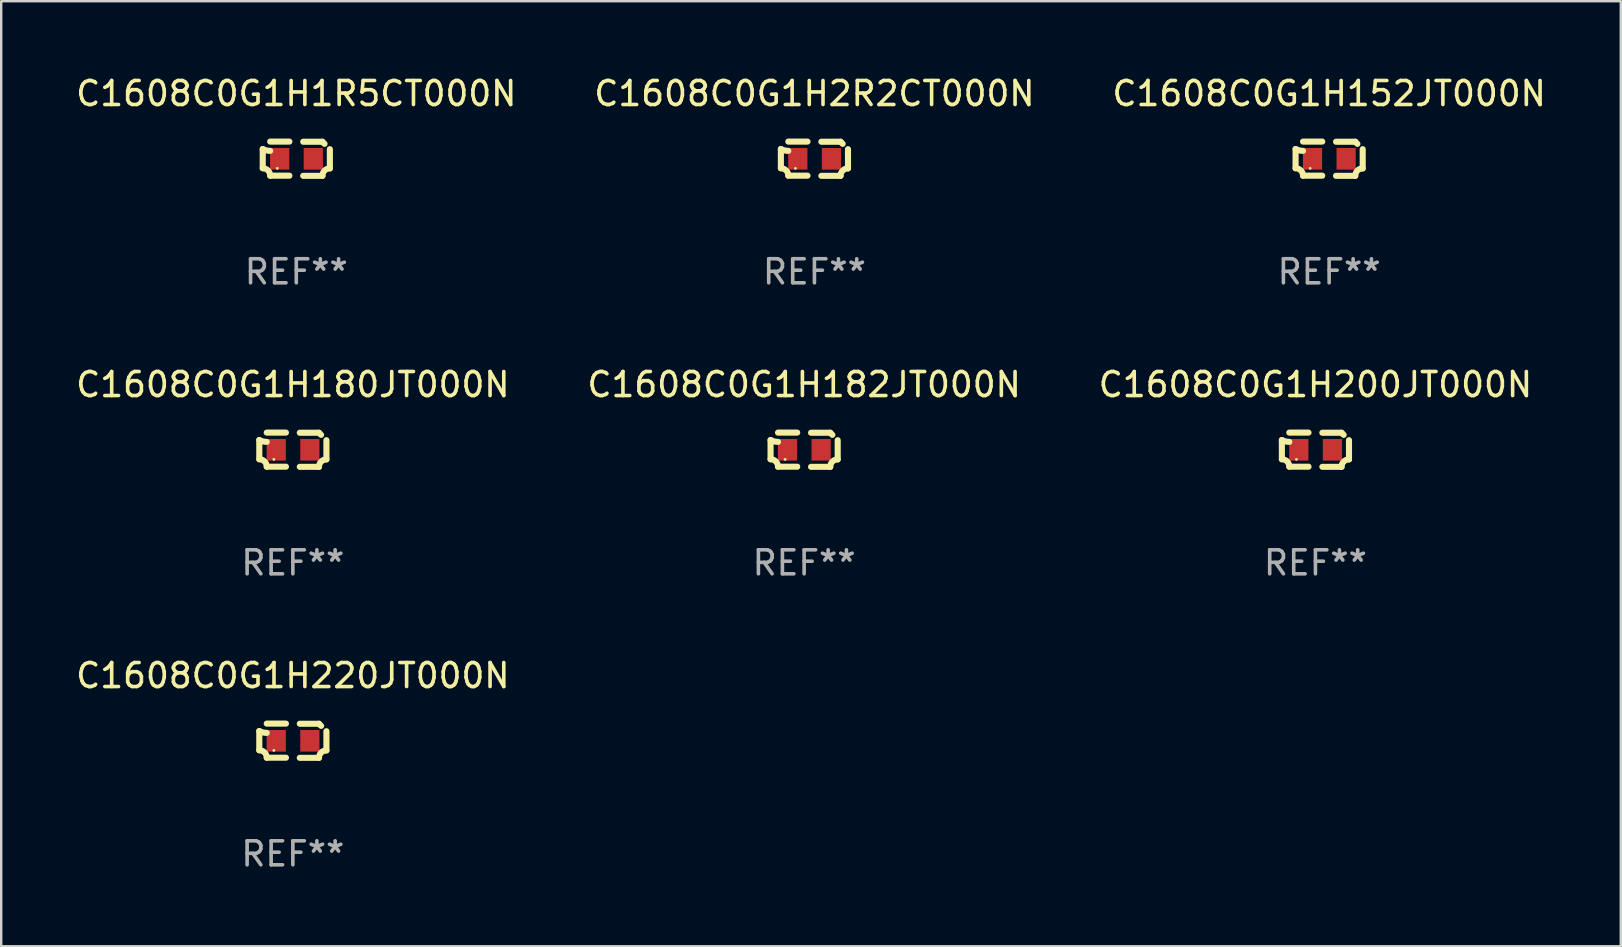
<source format=kicad_pcb>
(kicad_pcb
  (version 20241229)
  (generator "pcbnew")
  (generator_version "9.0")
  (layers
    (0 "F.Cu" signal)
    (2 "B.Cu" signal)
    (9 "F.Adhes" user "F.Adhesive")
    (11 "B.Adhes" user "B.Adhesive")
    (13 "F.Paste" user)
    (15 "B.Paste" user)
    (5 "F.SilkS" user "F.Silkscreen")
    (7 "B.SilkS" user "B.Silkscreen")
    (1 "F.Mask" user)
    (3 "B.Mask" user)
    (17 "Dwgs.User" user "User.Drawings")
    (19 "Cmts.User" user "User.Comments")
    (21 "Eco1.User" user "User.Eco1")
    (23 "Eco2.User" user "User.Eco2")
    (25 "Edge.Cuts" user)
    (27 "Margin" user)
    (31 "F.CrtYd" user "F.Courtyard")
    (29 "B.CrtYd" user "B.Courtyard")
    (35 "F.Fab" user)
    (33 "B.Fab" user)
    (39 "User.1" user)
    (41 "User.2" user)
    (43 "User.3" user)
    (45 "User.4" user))
  (footprint "C1608C0G1H2R2CT000N"
    (layer "F.Cu")
    (at 30.875 3.561)
    (property "Reference" "C1608C0G1H2R2CT000N" (at 0 -2.713 0) (layer "F.SilkS") (effects (font (size 1 1) (thickness 0.15))))
    (attr through_hole)
    (fp_line (start -1.398 -0.403) (end -1.398 0.397) (stroke (width 0.254) (type solid)) (layer "F.SilkS"))
    (fp_line (start -0.288 -0.713) (end -1.088 -0.713) (stroke (width 0.254) (type solid)) (layer "F.SilkS"))
    (fp_line (start -0.288 0.707) (end -1.088 0.707) (stroke (width 0.254) (type solid)) (layer "F.SilkS"))
    (fp_line (start 0.288 -0.707) (end 1.088 -0.707) (stroke (width 0.254) (type solid)) (layer "F.SilkS"))
    (fp_line (start 0.288 0.713) (end 1.088 0.713) (stroke (width 0.254) (type solid)) (layer "F.SilkS"))
    (fp_line (start 1.398 -0.397) (end 1.398 0.403) (stroke (width 0.254) (type solid)) (layer "F.SilkS"))
    (fp_arc (start -1.397789 0.397066) (mid -1.178701 0.487826) (end -1.08796 0.706922) (stroke (width 0.254001) (type solid)) (layer "F.SilkS"))
    (fp_arc (start -1.08796 -0.327176) (mid -1.247436 -0.346384) (end -1.39779 -0.402908) (stroke (width 0.254001) (type solid)) (layer "F.SilkS"))
    (fp_arc (start 1.087909 0.712738) (mid 1.178656 0.493655) (end 1.397739 0.402908) (stroke (width 0.254001) (type solid)) (layer "F.SilkS"))
    (fp_arc (start 1.175925 -0.618926) (mid 1.131917 -0.662923) (end 1.08791 -0.706922) (stroke (width 0.254001) (type solid)) (layer "F.SilkS"))
    (fp_circle (center -0.792 0.403) (end -0.762 0.403) (stroke (width 0.06) (type solid)) (fill no) (layer "F.SilkS"))
    (fp_text user "REF**" (at 0 4.713 0) (layer "F.Fab") (effects (font (size 1 1) (thickness 0.15))))
    (pad "1" smd rect (at -0.692 0.003) (size 0.8 0.9) (layers "F.Cu" "F.Mask" "F.Paste"))
    (pad "2" smd rect (at 0.708 0.003) (size 0.8 0.9) (layers "F.Cu" "F.Mask" "F.Paste")))
  (footprint "C1608C0G1H220JT000N"
    (layer "F.Cu")
    (at 9.149 27.805)
    (property "Reference" "C1608C0G1H220JT000N" (at 0 -2.713 0) (layer "F.SilkS") (effects (font (size 1 1) (thickness 0.15))))
    (attr through_hole)
    (fp_line (start -1.398 -0.403) (end -1.398 0.397) (stroke (width 0.254) (type solid)) (layer "F.SilkS"))
    (fp_line (start -0.288 -0.713) (end -1.088 -0.713) (stroke (width 0.254) (type solid)) (layer "F.SilkS"))
    (fp_line (start -0.288 0.707) (end -1.088 0.707) (stroke (width 0.254) (type solid)) (layer "F.SilkS"))
    (fp_line (start 0.288 -0.707) (end 1.088 -0.707) (stroke (width 0.254) (type solid)) (layer "F.SilkS"))
    (fp_line (start 0.288 0.713) (end 1.088 0.713) (stroke (width 0.254) (type solid)) (layer "F.SilkS"))
    (fp_line (start 1.398 -0.397) (end 1.398 0.403) (stroke (width 0.254) (type solid)) (layer "F.SilkS"))
    (fp_arc (start -1.397789 0.397066) (mid -1.178701 0.487826) (end -1.08796 0.706922) (stroke (width 0.254001) (type solid)) (layer "F.SilkS"))
    (fp_arc (start -1.08796 -0.327176) (mid -1.247436 -0.346384) (end -1.39779 -0.402908) (stroke (width 0.254001) (type solid)) (layer "F.SilkS"))
    (fp_arc (start 1.087909 0.712738) (mid 1.178656 0.493655) (end 1.397739 0.402908) (stroke (width 0.254001) (type solid)) (layer "F.SilkS"))
    (fp_arc (start 1.175925 -0.618926) (mid 1.131917 -0.662923) (end 1.08791 -0.706922) (stroke (width 0.254001) (type solid)) (layer "F.SilkS"))
    (fp_circle (center -0.792 0.403) (end -0.762 0.403) (stroke (width 0.06) (type solid)) (fill no) (layer "F.SilkS"))
    (fp_text user "REF**" (at 0 4.713 0) (layer "F.Fab") (effects (font (size 1 1) (thickness 0.15))))
    (pad "1" smd rect (at -0.692 0.003) (size 0.8 0.9) (layers "F.Cu" "F.Mask" "F.Paste"))
    (pad "2" smd rect (at 0.708 0.003) (size 0.8 0.9) (layers "F.Cu" "F.Mask" "F.Paste")))
  (footprint "C1608C0G1H200JT000N"
    (layer "F.Cu")
    (at 51.744 15.683)
    (property "Reference" "C1608C0G1H200JT000N" (at 0 -2.713 0) (layer "F.SilkS") (effects (font (size 1 1) (thickness 0.15))))
    (attr through_hole)
    (fp_line (start -1.398 -0.403) (end -1.398 0.397) (stroke (width 0.254) (type solid)) (layer "F.SilkS"))
    (fp_line (start -0.288 -0.713) (end -1.088 -0.713) (stroke (width 0.254) (type solid)) (layer "F.SilkS"))
    (fp_line (start -0.288 0.707) (end -1.088 0.707) (stroke (width 0.254) (type solid)) (layer "F.SilkS"))
    (fp_line (start 0.288 -0.707) (end 1.088 -0.707) (stroke (width 0.254) (type solid)) (layer "F.SilkS"))
    (fp_line (start 0.288 0.713) (end 1.088 0.713) (stroke (width 0.254) (type solid)) (layer "F.SilkS"))
    (fp_line (start 1.398 -0.397) (end 1.398 0.403) (stroke (width 0.254) (type solid)) (layer "F.SilkS"))
    (fp_arc (start -1.397789 0.397066) (mid -1.178701 0.487826) (end -1.08796 0.706922) (stroke (width 0.254001) (type solid)) (layer "F.SilkS"))
    (fp_arc (start -1.08796 -0.327176) (mid -1.247436 -0.346384) (end -1.39779 -0.402908) (stroke (width 0.254001) (type solid)) (layer "F.SilkS"))
    (fp_arc (start 1.087909 0.712738) (mid 1.178656 0.493655) (end 1.397739 0.402908) (stroke (width 0.254001) (type solid)) (layer "F.SilkS"))
    (fp_arc (start 1.175925 -0.618926) (mid 1.131917 -0.662923) (end 1.08791 -0.706922) (stroke (width 0.254001) (type solid)) (layer "F.SilkS"))
    (fp_circle (center -0.792 0.403) (end -0.762 0.403) (stroke (width 0.06) (type solid)) (fill no) (layer "F.SilkS"))
    (fp_text user "REF**" (at 0 4.713 0) (layer "F.Fab") (effects (font (size 1 1) (thickness 0.15))))
    (pad "1" smd rect (at -0.692 0.003) (size 0.8 0.9) (layers "F.Cu" "F.Mask" "F.Paste"))
    (pad "2" smd rect (at 0.708 0.003) (size 0.8 0.9) (layers "F.Cu" "F.Mask" "F.Paste")))
  (footprint "C1608C0G1H180JT000N"
    (layer "F.Cu")
    (at 9.149 15.683)
    (property "Reference" "C1608C0G1H180JT000N" (at 0 -2.713 0) (layer "F.SilkS") (effects (font (size 1 1) (thickness 0.15))))
    (attr through_hole)
    (fp_line (start -1.398 -0.403) (end -1.398 0.397) (stroke (width 0.254) (type solid)) (layer "F.SilkS"))
    (fp_line (start -0.288 -0.713) (end -1.088 -0.713) (stroke (width 0.254) (type solid)) (layer "F.SilkS"))
    (fp_line (start -0.288 0.707) (end -1.088 0.707) (stroke (width 0.254) (type solid)) (layer "F.SilkS"))
    (fp_line (start 0.288 -0.707) (end 1.088 -0.707) (stroke (width 0.254) (type solid)) (layer "F.SilkS"))
    (fp_line (start 0.288 0.713) (end 1.088 0.713) (stroke (width 0.254) (type solid)) (layer "F.SilkS"))
    (fp_line (start 1.398 -0.397) (end 1.398 0.403) (stroke (width 0.254) (type solid)) (layer "F.SilkS"))
    (fp_arc (start -1.397789 0.397066) (mid -1.178701 0.487826) (end -1.08796 0.706922) (stroke (width 0.254001) (type solid)) (layer "F.SilkS"))
    (fp_arc (start -1.08796 -0.327176) (mid -1.247436 -0.346384) (end -1.39779 -0.402908) (stroke (width 0.254001) (type solid)) (layer "F.SilkS"))
    (fp_arc (start 1.087909 0.712738) (mid 1.178656 0.493655) (end 1.397739 0.402908) (stroke (width 0.254001) (type solid)) (layer "F.SilkS"))
    (fp_arc (start 1.175925 -0.618926) (mid 1.131917 -0.662923) (end 1.08791 -0.706922) (stroke (width 0.254001) (type solid)) (layer "F.SilkS"))
    (fp_circle (center -0.792 0.403) (end -0.762 0.403) (stroke (width 0.06) (type solid)) (fill no) (layer "F.SilkS"))
    (fp_text user "REF**" (at 0 4.713 0) (layer "F.Fab") (effects (font (size 1 1) (thickness 0.15))))
    (pad "1" smd rect (at -0.692 0.003) (size 0.8 0.9) (layers "F.Cu" "F.Mask" "F.Paste"))
    (pad "2" smd rect (at 0.708 0.003) (size 0.8 0.9) (layers "F.Cu" "F.Mask" "F.Paste")))
  (footprint "C1608C0G1H152JT000N"
    (layer "F.Cu")
    (at 52.315 3.561)
    (property "Reference" "C1608C0G1H152JT000N" (at 0 -2.713 0) (layer "F.SilkS") (effects (font (size 1 1) (thickness 0.15))))
    (attr through_hole)
    (fp_line (start -1.398 -0.403) (end -1.398 0.397) (stroke (width 0.254) (type solid)) (layer "F.SilkS"))
    (fp_line (start -0.288 -0.713) (end -1.088 -0.713) (stroke (width 0.254) (type solid)) (layer "F.SilkS"))
    (fp_line (start -0.288 0.707) (end -1.088 0.707) (stroke (width 0.254) (type solid)) (layer "F.SilkS"))
    (fp_line (start 0.288 -0.707) (end 1.088 -0.707) (stroke (width 0.254) (type solid)) (layer "F.SilkS"))
    (fp_line (start 0.288 0.713) (end 1.088 0.713) (stroke (width 0.254) (type solid)) (layer "F.SilkS"))
    (fp_line (start 1.398 -0.397) (end 1.398 0.403) (stroke (width 0.254) (type solid)) (layer "F.SilkS"))
    (fp_arc (start -1.397789 0.397066) (mid -1.178701 0.487826) (end -1.08796 0.706922) (stroke (width 0.254001) (type solid)) (layer "F.SilkS"))
    (fp_arc (start -1.08796 -0.327176) (mid -1.247436 -0.346384) (end -1.39779 -0.402908) (stroke (width 0.254001) (type solid)) (layer "F.SilkS"))
    (fp_arc (start 1.087909 0.712738) (mid 1.178656 0.493655) (end 1.397739 0.402908) (stroke (width 0.254001) (type solid)) (layer "F.SilkS"))
    (fp_arc (start 1.175925 -0.618926) (mid 1.131917 -0.662923) (end 1.08791 -0.706922) (stroke (width 0.254001) (type solid)) (layer "F.SilkS"))
    (fp_circle (center -0.792 0.403) (end -0.762 0.403) (stroke (width 0.06) (type solid)) (fill no) (layer "F.SilkS"))
    (fp_text user "REF**" (at 0 4.713 0) (layer "F.Fab") (effects (font (size 1 1) (thickness 0.15))))
    (pad "1" smd rect (at -0.692 0.003) (size 0.8 0.9) (layers "F.Cu" "F.Mask" "F.Paste"))
    (pad "2" smd rect (at 0.708 0.003) (size 0.8 0.9) (layers "F.Cu" "F.Mask" "F.Paste")))
  (footprint "C1608C0G1H182JT000N"
    (layer "F.Cu")
    (at 30.446 15.683)
    (property "Reference" "C1608C0G1H182JT000N" (at 0 -2.713 0) (layer "F.SilkS") (effects (font (size 1 1) (thickness 0.15))))
    (attr through_hole)
    (fp_line (start -1.398 -0.403) (end -1.398 0.397) (stroke (width 0.254) (type solid)) (layer "F.SilkS"))
    (fp_line (start -0.288 -0.713) (end -1.088 -0.713) (stroke (width 0.254) (type solid)) (layer "F.SilkS"))
    (fp_line (start -0.288 0.707) (end -1.088 0.707) (stroke (width 0.254) (type solid)) (layer "F.SilkS"))
    (fp_line (start 0.288 -0.707) (end 1.088 -0.707) (stroke (width 0.254) (type solid)) (layer "F.SilkS"))
    (fp_line (start 0.288 0.713) (end 1.088 0.713) (stroke (width 0.254) (type solid)) (layer "F.SilkS"))
    (fp_line (start 1.398 -0.397) (end 1.398 0.403) (stroke (width 0.254) (type solid)) (layer "F.SilkS"))
    (fp_arc (start -1.397789 0.397066) (mid -1.178701 0.487826) (end -1.08796 0.706922) (stroke (width 0.254001) (type solid)) (layer "F.SilkS"))
    (fp_arc (start -1.08796 -0.327176) (mid -1.247436 -0.346384) (end -1.39779 -0.402908) (stroke (width 0.254001) (type solid)) (layer "F.SilkS"))
    (fp_arc (start 1.087909 0.712738) (mid 1.178656 0.493655) (end 1.397739 0.402908) (stroke (width 0.254001) (type solid)) (layer "F.SilkS"))
    (fp_arc (start 1.175925 -0.618926) (mid 1.131917 -0.662923) (end 1.08791 -0.706922) (stroke (width 0.254001) (type solid)) (layer "F.SilkS"))
    (fp_circle (center -0.792 0.403) (end -0.762 0.403) (stroke (width 0.06) (type solid)) (fill no) (layer "F.SilkS"))
    (fp_text user "REF**" (at 0 4.713 0) (layer "F.Fab") (effects (font (size 1 1) (thickness 0.15))))
    (pad "1" smd rect (at -0.692 0.003) (size 0.8 0.9) (layers "F.Cu" "F.Mask" "F.Paste"))
    (pad "2" smd rect (at 0.708 0.003) (size 0.8 0.9) (layers "F.Cu" "F.Mask" "F.Paste")))
  (footprint "C1608C0G1H1R5CT000N"
    (layer "F.Cu")
    (at 9.292 3.561)
    (property "Reference" "C1608C0G1H1R5CT000N" (at 0 -2.713 0) (layer "F.SilkS") (effects (font (size 1 1) (thickness 0.15))))
    (attr through_hole)
    (fp_line (start -1.398 -0.403) (end -1.398 0.397) (stroke (width 0.254) (type solid)) (layer "F.SilkS"))
    (fp_line (start -0.288 -0.713) (end -1.088 -0.713) (stroke (width 0.254) (type solid)) (layer "F.SilkS"))
    (fp_line (start -0.288 0.707) (end -1.088 0.707) (stroke (width 0.254) (type solid)) (layer "F.SilkS"))
    (fp_line (start 0.288 -0.707) (end 1.088 -0.707) (stroke (width 0.254) (type solid)) (layer "F.SilkS"))
    (fp_line (start 0.288 0.713) (end 1.088 0.713) (stroke (width 0.254) (type solid)) (layer "F.SilkS"))
    (fp_line (start 1.398 -0.397) (end 1.398 0.403) (stroke (width 0.254) (type solid)) (layer "F.SilkS"))
    (fp_arc (start -1.397789 0.397066) (mid -1.178701 0.487826) (end -1.08796 0.706922) (stroke (width 0.254001) (type solid)) (layer "F.SilkS"))
    (fp_arc (start -1.08796 -0.327176) (mid -1.247436 -0.346384) (end -1.39779 -0.402908) (stroke (width 0.254001) (type solid)) (layer "F.SilkS"))
    (fp_arc (start 1.087909 0.712738) (mid 1.178656 0.493655) (end 1.397739 0.402908) (stroke (width 0.254001) (type solid)) (layer "F.SilkS"))
    (fp_arc (start 1.175925 -0.618926) (mid 1.131917 -0.662923) (end 1.08791 -0.706922) (stroke (width 0.254001) (type solid)) (layer "F.SilkS"))
    (fp_circle (center -0.792 0.403) (end -0.762 0.403) (stroke (width 0.06) (type solid)) (fill no) (layer "F.SilkS"))
    (fp_text user "REF**" (at 0 4.713 0) (layer "F.Fab") (effects (font (size 1 1) (thickness 0.15))))
    (pad "1" smd rect (at -0.692 0.003) (size 0.8 0.9) (layers "F.Cu" "F.Mask" "F.Paste"))
    (pad "2" smd rect (at 0.708 0.003) (size 0.8 0.9) (layers "F.Cu" "F.Mask" "F.Paste")))
  (gr_rect
    (start -3 -3)
    (end 64.464 36.366)
    (stroke (width 0.1) (type default))
    (fill no)
    (layer "Edge.Cuts")))
</source>
